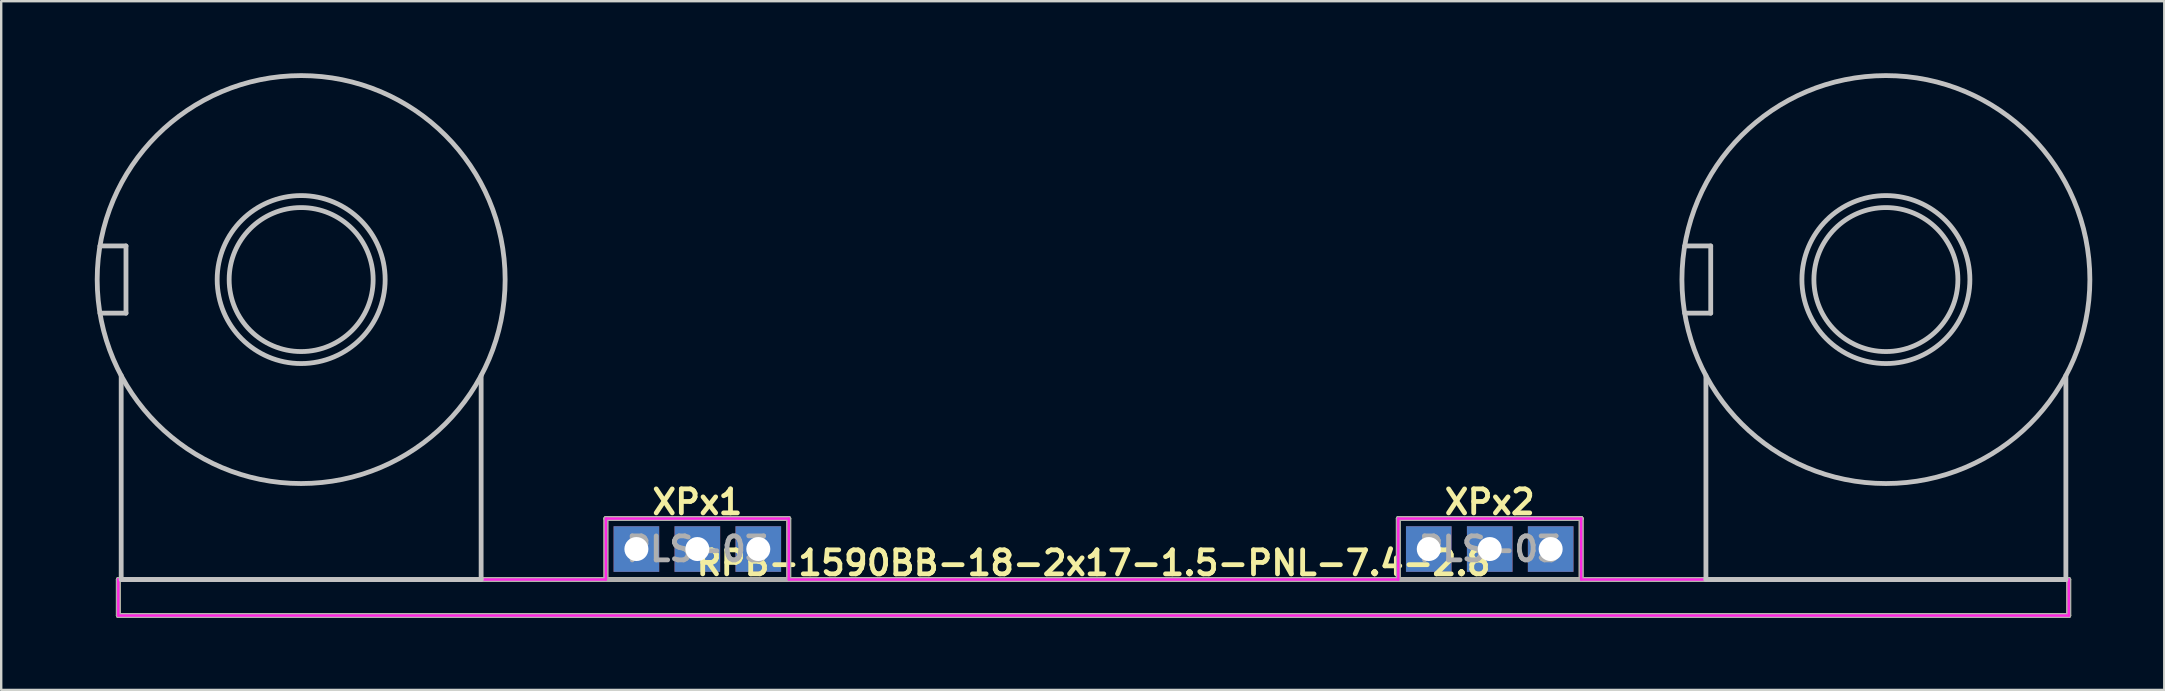
<source format=kicad_pcb>
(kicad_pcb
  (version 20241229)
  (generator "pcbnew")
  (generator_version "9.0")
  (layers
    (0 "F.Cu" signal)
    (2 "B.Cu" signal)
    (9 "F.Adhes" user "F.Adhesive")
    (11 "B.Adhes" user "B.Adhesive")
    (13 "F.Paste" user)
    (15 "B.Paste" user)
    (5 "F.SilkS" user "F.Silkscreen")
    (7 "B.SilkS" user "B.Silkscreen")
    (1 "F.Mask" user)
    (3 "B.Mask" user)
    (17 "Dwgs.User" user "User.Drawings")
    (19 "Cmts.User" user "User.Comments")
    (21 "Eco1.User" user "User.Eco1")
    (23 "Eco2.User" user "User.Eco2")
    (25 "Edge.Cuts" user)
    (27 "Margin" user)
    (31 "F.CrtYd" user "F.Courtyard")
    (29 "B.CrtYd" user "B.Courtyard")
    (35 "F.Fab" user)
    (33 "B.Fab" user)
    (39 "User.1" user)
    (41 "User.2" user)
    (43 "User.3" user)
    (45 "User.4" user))
  (footprint "RPB-1590BB-18-2x17-1.5-PNL-7.4-2.8"
    (layer "F.Cu")
    (at 42.52 8.6)
    (property "Reference" "RPB-1590BB-18-2x17-1.5-PNL-7.4-2.8" (at 0 11.811 0) (layer "F.SilkS") (effects (font (size 1 1) (thickness 0.2))))
    (attr through_hole)
    (fp_line (start -40.64 12.5) (end -40.64 14) (stroke (width 0.2) (type solid)) (layer "F.SilkS"))
    (fp_line (start -40.64 12.5) (end 40.64 12.5) (stroke (width 0.2) (type solid)) (layer "F.SilkS"))
    (fp_line (start -40.64 14) (end 40.64 14) (stroke (width 0.2) (type solid)) (layer "F.SilkS"))
    (fp_line (start -20.32 9.96) (end -20.32 12.5) (stroke (width 0.2) (type solid)) (layer "F.SilkS"))
    (fp_line (start -20.32 9.96) (end -12.7 9.96) (stroke (width 0.2) (type solid)) (layer "F.SilkS"))
    (fp_line (start -12.7 9.96) (end -12.7 12.5) (stroke (width 0.2) (type solid)) (layer "F.SilkS"))
    (fp_line (start 12.7 9.96) (end 12.7 12.5) (stroke (width 0.2) (type solid)) (layer "F.SilkS"))
    (fp_line (start 12.7 9.96) (end 20.32 9.96) (stroke (width 0.2) (type solid)) (layer "F.SilkS"))
    (fp_line (start 20.32 9.96) (end 20.32 12.5) (stroke (width 0.2) (type solid)) (layer "F.SilkS"))
    (fp_line (start 40.64 12.5) (end 40.64 14) (stroke (width 0.2) (type solid)) (layer "F.SilkS"))
    (fp_line (start -41.404 -1.4) (end -40.32 -1.4) (stroke (width 0.2) (type solid)) (layer "Dwgs.User"))
    (fp_line (start -41.404 1.4) (end -40.32 1.4) (stroke (width 0.2) (type solid)) (layer "Dwgs.User"))
    (fp_line (start -40.52 4) (end -40.52 12.5) (stroke (width 0.2) (type solid)) (layer "Dwgs.User"))
    (fp_line (start -40.52 12.5) (end -25.52 12.5) (stroke (width 0.2) (type solid)) (layer "Dwgs.User"))
    (fp_line (start -40.32 -1.4) (end -40.32 1.4) (stroke (width 0.2) (type solid)) (layer "Dwgs.User"))
    (fp_line (start -25.52 4) (end -25.52 12.5) (stroke (width 0.2) (type solid)) (layer "Dwgs.User"))
    (fp_line (start 24.636 -1.4) (end 25.72 -1.4) (stroke (width 0.2) (type solid)) (layer "Dwgs.User"))
    (fp_line (start 24.636 1.4) (end 25.72 1.4) (stroke (width 0.2) (type solid)) (layer "Dwgs.User"))
    (fp_line (start 25.52 4) (end 25.52 12.5) (stroke (width 0.2) (type solid)) (layer "Dwgs.User"))
    (fp_line (start 25.52 12.5) (end 40.52 12.5) (stroke (width 0.2) (type solid)) (layer "Dwgs.User"))
    (fp_line (start 25.72 -1.4) (end 25.72 1.4) (stroke (width 0.2) (type solid)) (layer "Dwgs.User"))
    (fp_line (start 40.52 4) (end 40.52 12.5) (stroke (width 0.2) (type solid)) (layer "Dwgs.User"))
    (fp_circle (center -33.02 0) (end -30.02 0) (stroke (width 0.2) (type solid)) (fill no) (layer "Dwgs.User"))
    (fp_circle (center -33.02 0) (end -29.52 0) (stroke (width 0.2) (type solid)) (fill no) (layer "Dwgs.User"))
    (fp_circle (center -33.02 0) (end -24.52 0) (stroke (width 0.2) (type solid)) (fill no) (layer "Dwgs.User"))
    (fp_circle (center 33.02 0) (end 36.02 0) (stroke (width 0.2) (type solid)) (fill no) (layer "Dwgs.User"))
    (fp_circle (center 33.02 0) (end 36.52 0) (stroke (width 0.2) (type solid)) (fill no) (layer "Dwgs.User"))
    (fp_circle (center 33.02 0) (end 41.52 0) (stroke (width 0.2) (type solid)) (fill no) (layer "Dwgs.User"))
    (fp_circle (center -40.92 0) (end -39.52 0) (stroke (width 0.4) (type solid)) (fill no) (layer "Eco1.User"))
    (fp_circle (center -33.02 0) (end -29.32 0) (stroke (width 0.4) (type solid)) (fill no) (layer "Eco1.User"))
    (fp_circle (center 25.12 0) (end 26.52 0) (stroke (width 0.4) (type solid)) (fill no) (layer "Eco1.User"))
    (fp_circle (center 33.02 0) (end 36.72 0) (stroke (width 0.4) (type solid)) (fill no) (layer "Eco1.User"))
    (fp_line (start -40.64 12.5) (end -40.64 14) (stroke (width 0.1) (type solid)) (layer "F.CrtYd"))
    (fp_line (start -40.64 12.5) (end -20.32 12.5) (stroke (width 0.1) (type solid)) (layer "F.CrtYd"))
    (fp_line (start -40.64 14) (end 40.64 14) (stroke (width 0.1) (type solid)) (layer "F.CrtYd"))
    (fp_line (start -20.32 9.96) (end -20.32 12.5) (stroke (width 0.1) (type solid)) (layer "F.CrtYd"))
    (fp_line (start -20.32 9.96) (end -12.7 9.96) (stroke (width 0.1) (type solid)) (layer "F.CrtYd"))
    (fp_line (start -12.7 9.96) (end -12.7 12.5) (stroke (width 0.1) (type solid)) (layer "F.CrtYd"))
    (fp_line (start -12.7 12.5) (end 12.7 12.5) (stroke (width 0.1) (type solid)) (layer "F.CrtYd"))
    (fp_line (start 12.7 9.96) (end 12.7 12.5) (stroke (width 0.1) (type solid)) (layer "F.CrtYd"))
    (fp_line (start 12.7 9.96) (end 20.32 9.96) (stroke (width 0.1) (type solid)) (layer "F.CrtYd"))
    (fp_line (start 20.32 9.96) (end 20.32 12.5) (stroke (width 0.1) (type solid)) (layer "F.CrtYd"))
    (fp_line (start 20.32 12.5) (end 40.64 12.5) (stroke (width 0.1) (type solid)) (layer "F.CrtYd"))
    (fp_line (start 40.64 12.5) (end 40.64 14) (stroke (width 0.1) (type solid)) (layer "F.CrtYd"))
    (fp_line (start -40.64 12.5) (end -40.64 14) (stroke (width 0.2) (type solid)) (layer "F.Fab"))
    (fp_line (start -40.64 12.5) (end 40.64 12.5) (stroke (width 0.2) (type solid)) (layer "F.Fab"))
    (fp_line (start -40.64 14) (end 40.64 14) (stroke (width 0.2) (type solid)) (layer "F.Fab"))
    (fp_line (start -20.32 9.96) (end -20.32 12.5) (stroke (width 0.2) (type solid)) (layer "F.Fab"))
    (fp_line (start -20.32 9.96) (end -12.7 9.96) (stroke (width 0.2) (type solid)) (layer "F.Fab"))
    (fp_line (start -12.7 9.96) (end -12.7 12.5) (stroke (width 0.2) (type solid)) (layer "F.Fab"))
    (fp_line (start 12.7 9.96) (end 12.7 12.5) (stroke (width 0.2) (type solid)) (layer "F.Fab"))
    (fp_line (start 12.7 9.96) (end 20.32 9.96) (stroke (width 0.2) (type solid)) (layer "F.Fab"))
    (fp_line (start 20.32 9.96) (end 20.32 12.5) (stroke (width 0.2) (type solid)) (layer "F.Fab"))
    (fp_line (start 40.64 12.5) (end 40.64 14) (stroke (width 0.2) (type solid)) (layer "F.Fab"))
    (fp_text user "XPx1" (at -16.51 9.271 0) (layer "F.SilkS") (effects (font (size 1 1) (thickness 0.2))))
    (fp_text user "XPx2" (at 16.51 9.271 0) (layer "F.SilkS") (effects (font (size 1 1) (thickness 0.2))))
    (fp_text user "PLS-03" (at 16.51 11.23 0) (layer "F.Fab") (effects (font (size 1 1) (thickness 0.2))))
    (fp_text user "PLS-03" (at -16.51 11.23 0) (layer "F.Fab") (effects (font (size 1 1) (thickness 0.2))))
    (pad "11" thru_hole rect (at -13.97 11.23) (size 1.9 1.9) (drill 1) (layers "*.Cu" "*.Mask"))
    (pad "12" thru_hole rect (at -16.51 11.23) (size 1.9 1.9) (drill 1) (layers "*.Cu" "*.Mask"))
    (pad "13" thru_hole rect (at -19.05 11.23) (size 1.9 1.9) (drill 1) (layers "*.Cu" "*.Mask"))
    (pad "31" thru_hole rect (at 19.05 11.23) (size 1.9 1.9) (drill 1) (layers "*.Cu" "*.Mask"))
    (pad "32" thru_hole rect (at 16.51 11.23) (size 1.9 1.9) (drill 1) (layers "*.Cu" "*.Mask"))
    (pad "33" thru_hole rect (at 13.97 11.23) (size 1.9 1.9) (drill 1) (layers "*.Cu" "*.Mask")))
  (gr_rect
    (start -3 -3)
    (end 87.14 25.7)
    (stroke (width 0.1) (type default))
    (fill no)
    (layer "Edge.Cuts")))
</source>
